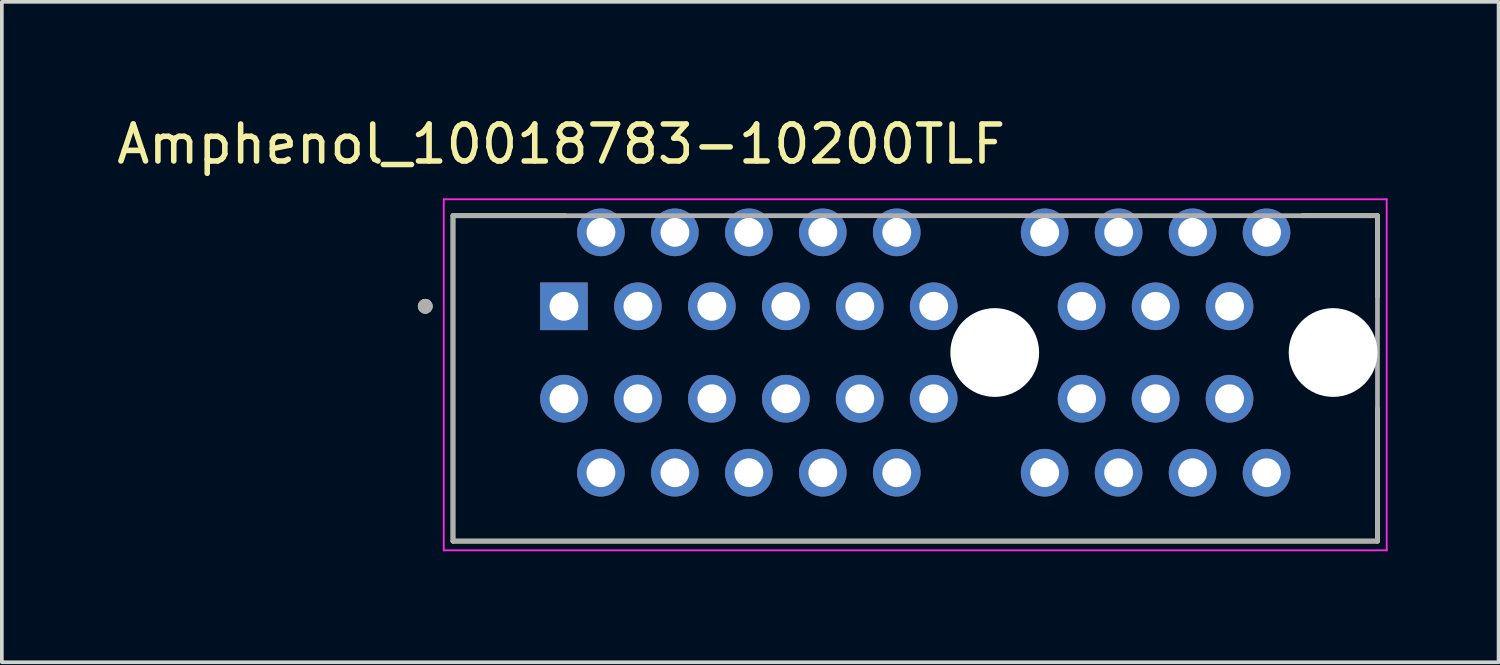
<source format=kicad_pcb>
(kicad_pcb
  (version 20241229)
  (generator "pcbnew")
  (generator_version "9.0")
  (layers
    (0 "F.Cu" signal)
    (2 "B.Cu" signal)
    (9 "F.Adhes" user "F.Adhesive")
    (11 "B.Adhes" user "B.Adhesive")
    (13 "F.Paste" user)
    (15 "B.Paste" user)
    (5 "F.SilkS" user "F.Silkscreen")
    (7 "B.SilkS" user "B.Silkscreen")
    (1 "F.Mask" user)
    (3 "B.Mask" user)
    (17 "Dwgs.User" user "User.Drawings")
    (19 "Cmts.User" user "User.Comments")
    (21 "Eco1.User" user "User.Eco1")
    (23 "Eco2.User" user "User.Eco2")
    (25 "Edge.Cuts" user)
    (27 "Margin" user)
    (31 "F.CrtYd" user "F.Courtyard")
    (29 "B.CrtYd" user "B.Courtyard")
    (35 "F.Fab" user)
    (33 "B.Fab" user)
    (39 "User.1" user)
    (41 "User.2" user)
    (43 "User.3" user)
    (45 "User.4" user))
  (footprint "Amphenol_10018783-10200TLF"
    (layer "F.Cu")
    (at 23.85 6.483)
    (property "Reference" "Amphenol_10018783-10200TLF" (at -11.725 -5.635 0) (layer "F.SilkS") (effects (font (size 1 1) (thickness 0.15))))
    (attr through_hole)
    (fp_line (start -14.65 -3.7) (end -11.614 -3.7) (stroke (width 0.127) (type solid)) (layer "F.SilkS"))
    (fp_line (start -14.65 5.1) (end -14.65 -3.7) (stroke (width 0.127) (type solid)) (layer "F.SilkS"))
    (fp_line (start 8.314 -3.7) (end 10.35 -3.7) (stroke (width 0.127) (type solid)) (layer "F.SilkS"))
    (fp_line (start 10.35 -3.7) (end 10.35 -1.52) (stroke (width 0.127) (type solid)) (layer "F.SilkS"))
    (fp_line (start 10.35 5.1) (end -14.65 5.1) (stroke (width 0.127) (type solid)) (layer "F.SilkS"))
    (fp_line (start 10.35 5.1) (end 10.35 1.52) (stroke (width 0.127) (type solid)) (layer "F.SilkS"))
    (fp_circle (center -15.4 -1.25) (end -15.3 -1.25) (stroke (width 0.2) (type solid)) (fill no) (layer "F.SilkS"))
    (fp_line (start -14.9 -4.144) (end -14.9 5.35) (stroke (width 0.05) (type solid)) (layer "F.CrtYd"))
    (fp_line (start -14.9 5.35) (end 10.6 5.35) (stroke (width 0.05) (type solid)) (layer "F.CrtYd"))
    (fp_line (start 10.6 -4.144) (end -14.9 -4.144) (stroke (width 0.05) (type solid)) (layer "F.CrtYd"))
    (fp_line (start 10.6 5.35) (end 10.6 -4.144) (stroke (width 0.05) (type solid)) (layer "F.CrtYd"))
    (fp_line (start -14.65 -3.7) (end 10.35 -3.7) (stroke (width 0.127) (type solid)) (layer "F.Fab"))
    (fp_line (start -14.65 5.1) (end -14.65 -3.7) (stroke (width 0.127) (type solid)) (layer "F.Fab"))
    (fp_line (start 10.35 -3.7) (end 10.35 5.1) (stroke (width 0.127) (type solid)) (layer "F.Fab"))
    (fp_line (start 10.35 5.1) (end -14.65 5.1) (stroke (width 0.127) (type solid)) (layer "F.Fab"))
    (fp_circle (center -15.4 -1.25) (end -15.3 -1.25) (stroke (width 0.2) (type solid)) (fill no) (layer "F.Fab"))
    (pad "" np_thru_hole circle (at 0 0) (size 2.4 2.4) (drill 2.4) (layers "*.Cu" "*.Mask"))
    (pad "" np_thru_hole circle (at 9.15 0) (size 2.4 2.4) (drill 2.4) (layers "*.Cu" "*.Mask"))
    (pad "A1" thru_hole rect (at -11.65 -1.25) (size 1.288 1.288) (drill 0.78) (layers "*.Cu" "*.Mask"))
    (pad "A2" thru_hole circle (at -10.65 -3.25) (size 1.288 1.288) (drill 0.78) (layers "*.Cu" "*.Mask"))
    (pad "A3" thru_hole circle (at -9.65 -1.25) (size 1.288 1.288) (drill 0.78) (layers "*.Cu" "*.Mask"))
    (pad "A4" thru_hole circle (at -8.65 -3.25) (size 1.288 1.288) (drill 0.78) (layers "*.Cu" "*.Mask"))
    (pad "A5" thru_hole circle (at -7.65 -1.25) (size 1.288 1.288) (drill 0.78) (layers "*.Cu" "*.Mask"))
    (pad "A6" thru_hole circle (at -6.65 -3.25) (size 1.288 1.288) (drill 0.78) (layers "*.Cu" "*.Mask"))
    (pad "A7" thru_hole circle (at -5.65 -1.25) (size 1.288 1.288) (drill 0.78) (layers "*.Cu" "*.Mask"))
    (pad "A8" thru_hole circle (at -4.65 -3.25) (size 1.288 1.288) (drill 0.78) (layers "*.Cu" "*.Mask"))
    (pad "A9" thru_hole circle (at -3.65 -1.25) (size 1.288 1.288) (drill 0.78) (layers "*.Cu" "*.Mask"))
    (pad "A10" thru_hole circle (at -2.65 -3.25) (size 1.288 1.288) (drill 0.78) (layers "*.Cu" "*.Mask"))
    (pad "A11" thru_hole circle (at -1.65 -1.25) (size 1.288 1.288) (drill 0.78) (layers "*.Cu" "*.Mask"))
    (pad "A12" thru_hole circle (at 1.35 -3.25) (size 1.288 1.288) (drill 0.78) (layers "*.Cu" "*.Mask"))
    (pad "A13" thru_hole circle (at 2.35 -1.25) (size 1.288 1.288) (drill 0.78) (layers "*.Cu" "*.Mask"))
    (pad "A14" thru_hole circle (at 3.35 -3.25) (size 1.288 1.288) (drill 0.78) (layers "*.Cu" "*.Mask"))
    (pad "A15" thru_hole circle (at 4.35 -1.25) (size 1.288 1.288) (drill 0.78) (layers "*.Cu" "*.Mask"))
    (pad "A16" thru_hole circle (at 5.35 -3.25) (size 1.288 1.288) (drill 0.78) (layers "*.Cu" "*.Mask"))
    (pad "A17" thru_hole circle (at 6.35 -1.25) (size 1.288 1.288) (drill 0.78) (layers "*.Cu" "*.Mask"))
    (pad "A18" thru_hole circle (at 7.35 -3.25) (size 1.288 1.288) (drill 0.78) (layers "*.Cu" "*.Mask"))
    (pad "B1" thru_hole circle (at -11.65 1.25) (size 1.288 1.288) (drill 0.78) (layers "*.Cu" "*.Mask"))
    (pad "B2" thru_hole circle (at -10.65 3.25) (size 1.288 1.288) (drill 0.78) (layers "*.Cu" "*.Mask"))
    (pad "B3" thru_hole circle (at -9.65 1.25) (size 1.288 1.288) (drill 0.78) (layers "*.Cu" "*.Mask"))
    (pad "B4" thru_hole circle (at -8.65 3.25) (size 1.288 1.288) (drill 0.78) (layers "*.Cu" "*.Mask"))
    (pad "B5" thru_hole circle (at -7.65 1.25) (size 1.288 1.288) (drill 0.78) (layers "*.Cu" "*.Mask"))
    (pad "B6" thru_hole circle (at -6.65 3.25) (size 1.288 1.288) (drill 0.78) (layers "*.Cu" "*.Mask"))
    (pad "B7" thru_hole circle (at -5.65 1.25) (size 1.288 1.288) (drill 0.78) (layers "*.Cu" "*.Mask"))
    (pad "B8" thru_hole circle (at -4.65 3.25) (size 1.288 1.288) (drill 0.78) (layers "*.Cu" "*.Mask"))
    (pad "B9" thru_hole circle (at -3.65 1.25) (size 1.288 1.288) (drill 0.78) (layers "*.Cu" "*.Mask"))
    (pad "B10" thru_hole circle (at -2.65 3.25) (size 1.288 1.288) (drill 0.78) (layers "*.Cu" "*.Mask"))
    (pad "B11" thru_hole circle (at -1.65 1.25) (size 1.288 1.288) (drill 0.78) (layers "*.Cu" "*.Mask"))
    (pad "B12" thru_hole circle (at 1.35 3.25) (size 1.288 1.288) (drill 0.78) (layers "*.Cu" "*.Mask"))
    (pad "B13" thru_hole circle (at 2.35 1.25) (size 1.288 1.288) (drill 0.78) (layers "*.Cu" "*.Mask"))
    (pad "B14" thru_hole circle (at 3.35 3.25) (size 1.288 1.288) (drill 0.78) (layers "*.Cu" "*.Mask"))
    (pad "B15" thru_hole circle (at 4.35 1.25) (size 1.288 1.288) (drill 0.78) (layers "*.Cu" "*.Mask"))
    (pad "B16" thru_hole circle (at 5.35 3.25) (size 1.288 1.288) (drill 0.78) (layers "*.Cu" "*.Mask"))
    (pad "B17" thru_hole circle (at 6.35 1.25) (size 1.288 1.288) (drill 0.78) (layers "*.Cu" "*.Mask"))
    (pad "B18" thru_hole circle (at 7.35 3.25) (size 1.288 1.288) (drill 0.78) (layers "*.Cu" "*.Mask")))
  (gr_rect
    (start -3 -3)
    (end 37.475 14.858)
    (stroke (width 0.1) (type default))
    (fill no)
    (layer "Edge.Cuts")))
</source>
